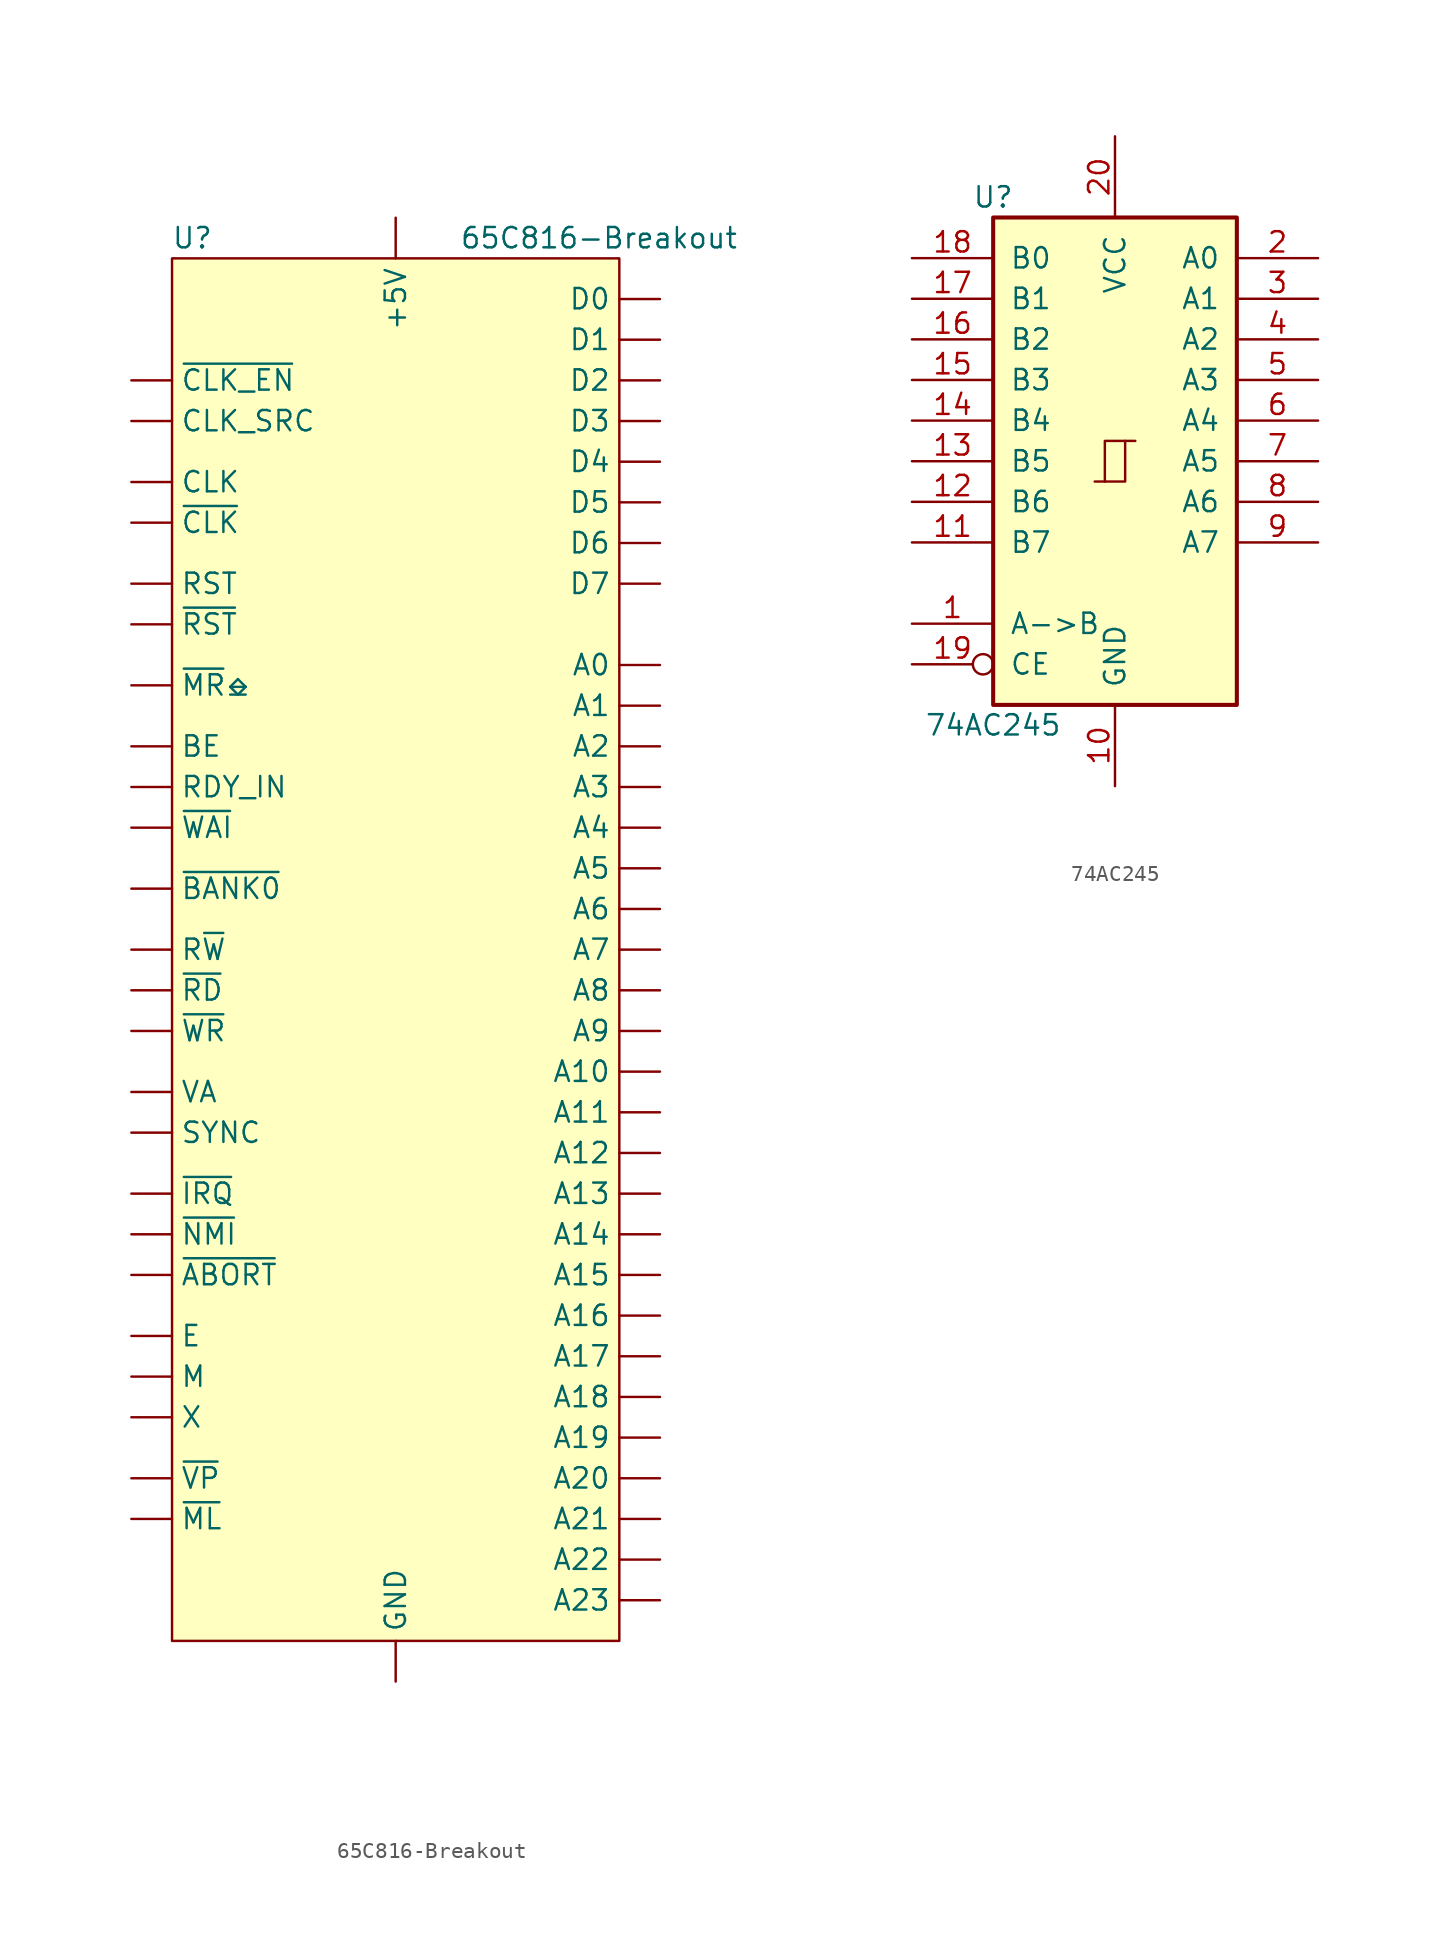
<source format=kicad_sym>
(kicad_symbol_lib
  (version 20211014)
  (generator kicad_symbol_editor)
  (symbol "65C816-Breakout"
    (property "Reference" "U"
      (at -12.7 44.45 0)
      (effects (font (size 1.27 1.27))))
    (property "Value" "65C816-Breakout"
      (at 12.7 44.45 0)
      (effects (font (size 1.27 1.27))))
    (symbol "65C816-Breakout_0_1"
      (rectangle (start -13.97 43.18) (end 13.97 -43.18) (stroke (width 0) (type default) (color 0 0 0 0)) (fill (type background))))
    (symbol "65C816-Breakout_1_1"
      (pin power_out line (at 0 45.72 270) (length 2.54) (name "+5V" (effects (font (size 1.27 1.27)))) (number "" (effects (font (size 1.27 1.27)))))
      (pin tri_state line (at 16.51 17.78 180) (length 2.54) (name "A0" (effects (font (size 1.27 1.27)))) (number "" (effects (font (size 1.27 1.27)))))
      (pin tri_state line (at 16.51 15.24 180) (length 2.54) (name "A1" (effects (font (size 1.27 1.27)))) (number "" (effects (font (size 1.27 1.27)))))
      (pin tri_state line (at 16.51 -7.62 180) (length 2.54) (name "A10" (effects (font (size 1.27 1.27)))) (number "" (effects (font (size 1.27 1.27)))))
      (pin tri_state line (at 16.51 -10.16 180) (length 2.54) (name "A11" (effects (font (size 1.27 1.27)))) (number "" (effects (font (size 1.27 1.27)))))
      (pin tri_state line (at 16.51 -12.7 180) (length 2.54) (name "A12" (effects (font (size 1.27 1.27)))) (number "" (effects (font (size 1.27 1.27)))))
      (pin tri_state line (at 16.51 -15.24 180) (length 2.54) (name "A13" (effects (font (size 1.27 1.27)))) (number "" (effects (font (size 1.27 1.27)))))
      (pin tri_state line (at 16.51 -17.78 180) (length 2.54) (name "A14" (effects (font (size 1.27 1.27)))) (number "" (effects (font (size 1.27 1.27)))))
      (pin tri_state line (at 16.51 -20.32 180) (length 2.54) (name "A15" (effects (font (size 1.27 1.27)))) (number "" (effects (font (size 1.27 1.27)))))
      (pin bidirectional line (at 16.51 -22.86 180) (length 2.54) (name "A16" (effects (font (size 1.27 1.27)))) (number "" (effects (font (size 1.27 1.27)))))
      (pin bidirectional line (at 16.51 -25.4 180) (length 2.54) (name "A17" (effects (font (size 1.27 1.27)))) (number "" (effects (font (size 1.27 1.27)))))
      (pin bidirectional line (at 16.51 -27.94 180) (length 2.54) (name "A18" (effects (font (size 1.27 1.27)))) (number "" (effects (font (size 1.27 1.27)))))
      (pin bidirectional line (at 16.51 -30.48 180) (length 2.54) (name "A19" (effects (font (size 1.27 1.27)))) (number "" (effects (font (size 1.27 1.27)))))
      (pin tri_state line (at 16.51 12.7 180) (length 2.54) (name "A2" (effects (font (size 1.27 1.27)))) (number "" (effects (font (size 1.27 1.27)))))
      (pin bidirectional line (at 16.51 -33.02 180) (length 2.54) (name "A20" (effects (font (size 1.27 1.27)))) (number "" (effects (font (size 1.27 1.27)))))
      (pin bidirectional line (at 16.51 -35.56 180) (length 2.54) (name "A21" (effects (font (size 1.27 1.27)))) (number "" (effects (font (size 1.27 1.27)))))
      (pin bidirectional line (at 16.51 -38.1 180) (length 2.54) (name "A22" (effects (font (size 1.27 1.27)))) (number "" (effects (font (size 1.27 1.27)))))
      (pin bidirectional line (at 16.51 -40.64 180) (length 2.54) (name "A23" (effects (font (size 1.27 1.27)))) (number "" (effects (font (size 1.27 1.27)))))
      (pin tri_state line (at 16.51 10.16 180) (length 2.54) (name "A3" (effects (font (size 1.27 1.27)))) (number "" (effects (font (size 1.27 1.27)))))
      (pin tri_state line (at 16.51 7.62 180) (length 2.54) (name "A4" (effects (font (size 1.27 1.27)))) (number "" (effects (font (size 1.27 1.27)))))
      (pin tri_state line (at 16.51 5.08 180) (length 2.54) (name "A5" (effects (font (size 1.27 1.27)))) (number "" (effects (font (size 1.27 1.27)))))
      (pin tri_state line (at 16.51 2.54 180) (length 2.54) (name "A6" (effects (font (size 1.27 1.27)))) (number "" (effects (font (size 1.27 1.27)))))
      (pin tri_state line (at 16.51 0 180) (length 2.54) (name "A7" (effects (font (size 1.27 1.27)))) (number "" (effects (font (size 1.27 1.27)))))
      (pin tri_state line (at 16.51 -2.54 180) (length 2.54) (name "A8" (effects (font (size 1.27 1.27)))) (number "" (effects (font (size 1.27 1.27)))))
      (pin tri_state line (at 16.51 -5.08 180) (length 2.54) (name "A9" (effects (font (size 1.27 1.27)))) (number "" (effects (font (size 1.27 1.27)))))
      (pin input line (at -16.51 12.7 0) (length 2.54) (name "BE" (effects (font (size 1.27 1.27)))) (number "" (effects (font (size 1.27 1.27)))))
      (pin output line (at -16.51 29.21 0) (length 2.54) (name "CLK" (effects (font (size 1.27 1.27)))) (number "" (effects (font (size 1.27 1.27)))))
      (pin bidirectional line (at -16.51 33.02 0) (length 2.54) (name "CLK_SRC" (effects (font (size 1.27 1.27)))) (number "" (effects (font (size 1.27 1.27)))))
      (pin bidirectional line (at 16.51 40.64 180) (length 2.54) (name "D0" (effects (font (size 1.27 1.27)))) (number "" (effects (font (size 1.27 1.27)))))
      (pin bidirectional line (at 16.51 38.1 180) (length 2.54) (name "D1" (effects (font (size 1.27 1.27)))) (number "" (effects (font (size 1.27 1.27)))))
      (pin bidirectional line (at 16.51 35.56 180) (length 2.54) (name "D2" (effects (font (size 1.27 1.27)))) (number "" (effects (font (size 1.27 1.27)))))
      (pin bidirectional line (at 16.51 33.02 180) (length 2.54) (name "D3" (effects (font (size 1.27 1.27)))) (number "" (effects (font (size 1.27 1.27)))))
      (pin bidirectional line (at 16.51 30.48 180) (length 2.54) (name "D4" (effects (font (size 1.27 1.27)))) (number "" (effects (font (size 1.27 1.27)))))
      (pin bidirectional line (at 16.51 27.94 180) (length 2.54) (name "D5" (effects (font (size 1.27 1.27)))) (number "" (effects (font (size 1.27 1.27)))))
      (pin bidirectional line (at 16.51 25.4 180) (length 2.54) (name "D6" (effects (font (size 1.27 1.27)))) (number "" (effects (font (size 1.27 1.27)))))
      (pin bidirectional line (at 16.51 22.86 180) (length 2.54) (name "D7" (effects (font (size 1.27 1.27)))) (number "" (effects (font (size 1.27 1.27)))))
      (pin output line (at -16.51 -24.13 0) (length 2.54) (name "E" (effects (font (size 1.27 1.27)))) (number "" (effects (font (size 1.27 1.27)))))
      (pin power_out line (at 0 -45.72 90) (length 2.54) (name "GND" (effects (font (size 1.27 1.27)))) (number "" (effects (font (size 1.27 1.27)))))
      (pin output line (at -16.51 -26.67 0) (length 2.54) (name "M" (effects (font (size 1.27 1.27)))) (number "" (effects (font (size 1.27 1.27)))))
      (pin input line (at -16.51 10.16 0) (length 2.54) (name "RDY_IN" (effects (font (size 1.27 1.27)))) (number "" (effects (font (size 1.27 1.27)))))
      (pin output line (at -16.51 22.86 0) (length 2.54) (name "RST" (effects (font (size 1.27 1.27)))) (number "" (effects (font (size 1.27 1.27)))))
      (pin bidirectional line (at -16.51 0 0) (length 2.54) (name "R~{W}" (effects (font (size 1.27 1.27)))) (number "" (effects (font (size 1.27 1.27)))))
      (pin output line (at -16.51 -11.43 0) (length 2.54) (name "SYNC" (effects (font (size 1.27 1.27)))) (number "" (effects (font (size 1.27 1.27)))))
      (pin tri_state line (at -16.51 -8.89 0) (length 2.54) (name "VA" (effects (font (size 1.27 1.27)))) (number "" (effects (font (size 1.27 1.27)))))
      (pin output line (at -16.51 -29.21 0) (length 2.54) (name "X" (effects (font (size 1.27 1.27)))) (number "" (effects (font (size 1.27 1.27)))))
      (pin input line (at -16.51 -20.32 0) (length 2.54) (name "~{ABORT}" (effects (font (size 1.27 1.27)))) (number "" (effects (font (size 1.27 1.27)))))
      (pin output line (at -16.51 3.81 0) (length 2.54) (name "~{BANK0}" (effects (font (size 1.27 1.27)))) (number "" (effects (font (size 1.27 1.27)))))
      (pin input line (at -16.51 35.56 0) (length 2.54) (name "~{CLK_EN}" (effects (font (size 1.27 1.27)))) (number "" (effects (font (size 1.27 1.27)))))
      (pin output line (at -16.51 26.67 0) (length 2.54) (name "~{CLK}" (effects (font (size 1.27 1.27)))) (number "" (effects (font (size 1.27 1.27)))))
      (pin input line (at -16.51 -15.24 0) (length 2.54) (name "~{IRQ}" (effects (font (size 1.27 1.27)))) (number "" (effects (font (size 1.27 1.27)))))
      (pin output line (at -16.51 -35.56 0) (length 2.54) (name "~{ML}" (effects (font (size 1.27 1.27)))) (number "" (effects (font (size 1.27 1.27)))))
      (pin open_collector line (at -16.51 16.51 0) (length 2.54) (name "~{MR}⎒" (effects (font (size 1.27 1.27)))) (number "" (effects (font (size 1.27 1.27)))))
      (pin input line (at -16.51 -17.78 0) (length 2.54) (name "~{NMI}" (effects (font (size 1.27 1.27)))) (number "" (effects (font (size 1.27 1.27)))))
      (pin tri_state line (at -16.51 -2.54 0) (length 2.54) (name "~{RD}" (effects (font (size 1.27 1.27)))) (number "" (effects (font (size 1.27 1.27)))))
      (pin output line (at -16.51 20.32 0) (length 2.54) (name "~{RST}" (effects (font (size 1.27 1.27)))) (number "" (effects (font (size 1.27 1.27)))))
      (pin output line (at -16.51 -33.02 0) (length 2.54) (name "~{VP}" (effects (font (size 1.27 1.27)))) (number "" (effects (font (size 1.27 1.27)))))
      (pin output line (at -16.51 7.62 0) (length 2.54) (name "~{WAI}" (effects (font (size 1.27 1.27)))) (number "" (effects (font (size 1.27 1.27)))))
      (pin tri_state line (at -16.51 -5.08 0) (length 2.54) (name "~{WR}" (effects (font (size 1.27 1.27)))) (number "" (effects (font (size 1.27 1.27)))))))
  (symbol "74AC245"
    (pin_names
      (offset 1.016))
    (property "Reference" "U"
      (at -7.62 16.51 0)
      (effects (font (size 1.27 1.27))))
    (property "Value" "74AC245"
      (at -7.62 -16.51 0)
      (effects (font (size 1.27 1.27))))
    (symbol "74AC245_1_0"
      (polyline (pts (xy -0.635 -1.27) (xy -0.635 1.27) (xy 0.635 1.27)) (stroke (width 0) (type default) (color 0 0 0 0)) (fill (type none)))
      (polyline (pts (xy -1.27 -1.27) (xy 0.635 -1.27) (xy 0.635 1.27) (xy 1.27 1.27)) (stroke (width 0) (type default) (color 0 0 0 0)) (fill (type none)))
      (pin input line (at -12.7 -10.16 0) (length 5.08) (name "A->B" (effects (font (size 1.27 1.27)))) (number "1" (effects (font (size 1.27 1.27)))))
      (pin power_in line (at 0 -20.32 90) (length 5.08) (name "GND" (effects (font (size 1.27 1.27)))) (number "10" (effects (font (size 1.27 1.27)))))
      (pin tri_state line (at -12.7 -5.08 0) (length 5.08) (name "B7" (effects (font (size 1.27 1.27)))) (number "11" (effects (font (size 1.27 1.27)))))
      (pin tri_state line (at -12.7 -2.54 0) (length 5.08) (name "B6" (effects (font (size 1.27 1.27)))) (number "12" (effects (font (size 1.27 1.27)))))
      (pin tri_state line (at -12.7 0 0) (length 5.08) (name "B5" (effects (font (size 1.27 1.27)))) (number "13" (effects (font (size 1.27 1.27)))))
      (pin tri_state line (at -12.7 2.54 0) (length 5.08) (name "B4" (effects (font (size 1.27 1.27)))) (number "14" (effects (font (size 1.27 1.27)))))
      (pin tri_state line (at -12.7 5.08 0) (length 5.08) (name "B3" (effects (font (size 1.27 1.27)))) (number "15" (effects (font (size 1.27 1.27)))))
      (pin tri_state line (at -12.7 7.62 0) (length 5.08) (name "B2" (effects (font (size 1.27 1.27)))) (number "16" (effects (font (size 1.27 1.27)))))
      (pin tri_state line (at -12.7 10.16 0) (length 5.08) (name "B1" (effects (font (size 1.27 1.27)))) (number "17" (effects (font (size 1.27 1.27)))))
      (pin tri_state line (at -12.7 12.7 0) (length 5.08) (name "B0" (effects (font (size 1.27 1.27)))) (number "18" (effects (font (size 1.27 1.27)))))
      (pin input inverted (at -12.7 -12.7 0) (length 5.08) (name "CE" (effects (font (size 1.27 1.27)))) (number "19" (effects (font (size 1.27 1.27)))))
      (pin tri_state line (at 12.7 12.7 180) (length 5.08) (name "A0" (effects (font (size 1.27 1.27)))) (number "2" (effects (font (size 1.27 1.27)))))
      (pin power_in line (at 0 20.32 270) (length 5.08) (name "VCC" (effects (font (size 1.27 1.27)))) (number "20" (effects (font (size 1.27 1.27)))))
      (pin tri_state line (at 12.7 10.16 180) (length 5.08) (name "A1" (effects (font (size 1.27 1.27)))) (number "3" (effects (font (size 1.27 1.27)))))
      (pin tri_state line (at 12.7 7.62 180) (length 5.08) (name "A2" (effects (font (size 1.27 1.27)))) (number "4" (effects (font (size 1.27 1.27)))))
      (pin tri_state line (at 12.7 5.08 180) (length 5.08) (name "A3" (effects (font (size 1.27 1.27)))) (number "5" (effects (font (size 1.27 1.27)))))
      (pin tri_state line (at 12.7 2.54 180) (length 5.08) (name "A4" (effects (font (size 1.27 1.27)))) (number "6" (effects (font (size 1.27 1.27)))))
      (pin tri_state line (at 12.7 0 180) (length 5.08) (name "A5" (effects (font (size 1.27 1.27)))) (number "7" (effects (font (size 1.27 1.27)))))
      (pin tri_state line (at 12.7 -2.54 180) (length 5.08) (name "A6" (effects (font (size 1.27 1.27)))) (number "8" (effects (font (size 1.27 1.27)))))
      (pin tri_state line (at 12.7 -5.08 180) (length 5.08) (name "A7" (effects (font (size 1.27 1.27)))) (number "9" (effects (font (size 1.27 1.27))))))
    (symbol "74AC245_1_1"
      (rectangle (start -7.62 15.24) (end 7.62 -15.24) (stroke (width 0.254) (type default) (color 0 0 0 0)) (fill (type background))))))
</source>
